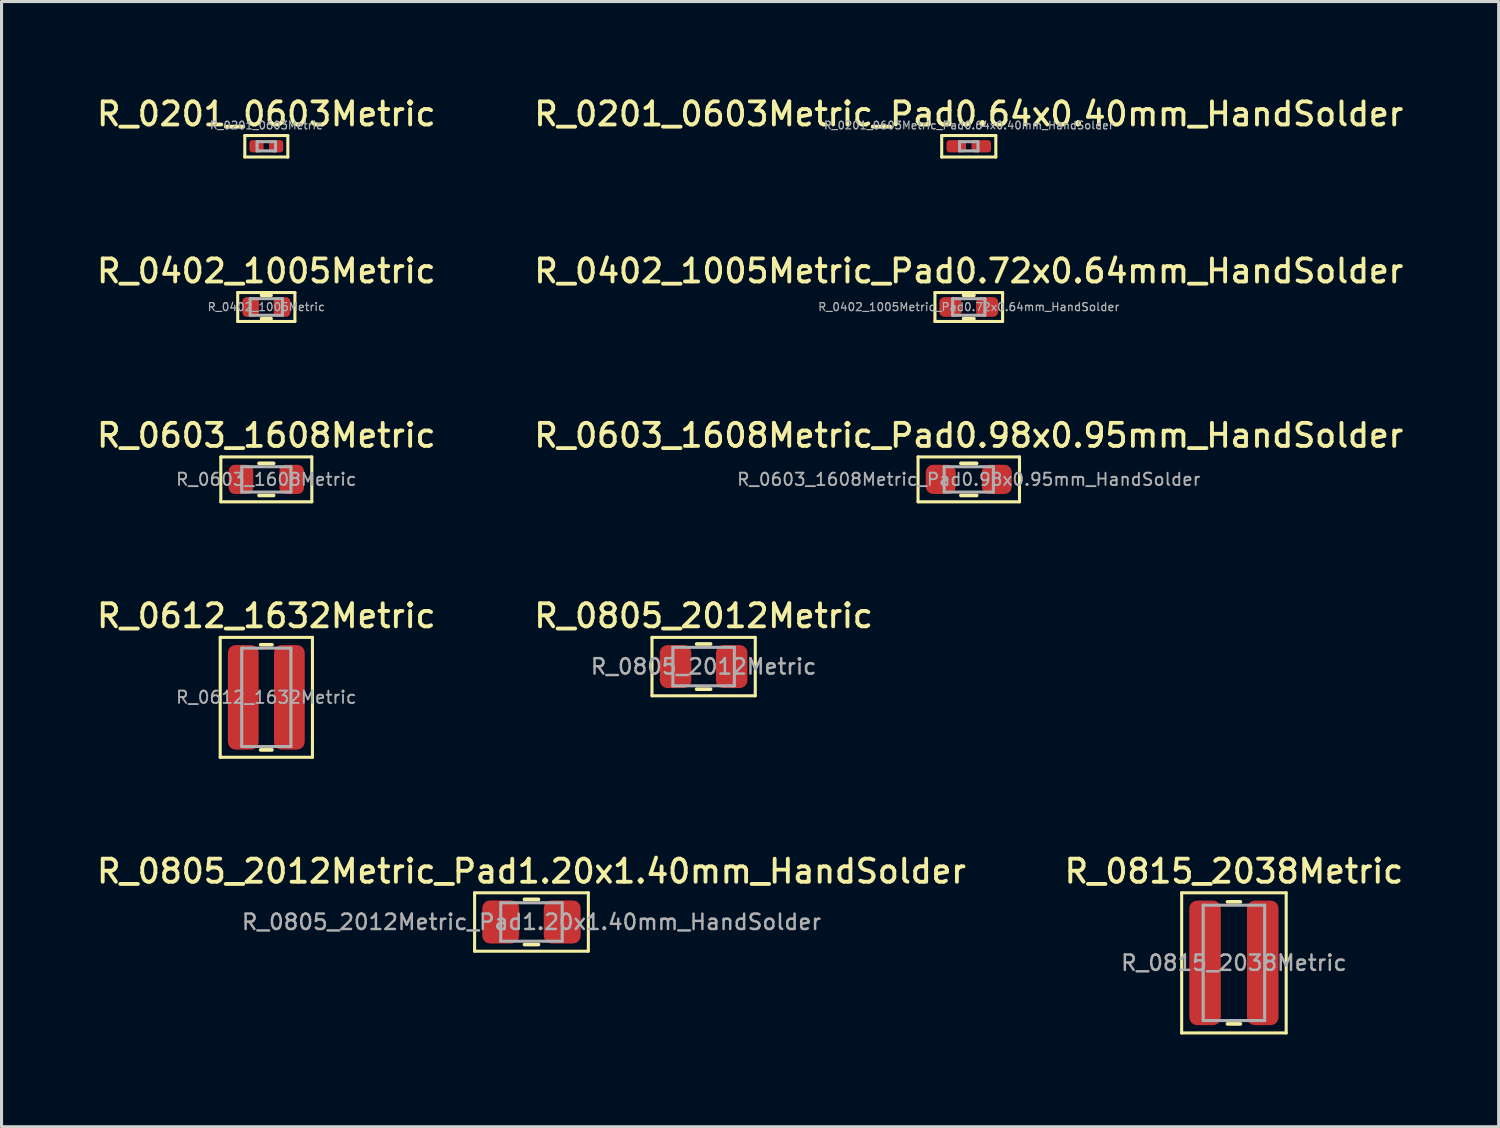
<source format=kicad_pcb>
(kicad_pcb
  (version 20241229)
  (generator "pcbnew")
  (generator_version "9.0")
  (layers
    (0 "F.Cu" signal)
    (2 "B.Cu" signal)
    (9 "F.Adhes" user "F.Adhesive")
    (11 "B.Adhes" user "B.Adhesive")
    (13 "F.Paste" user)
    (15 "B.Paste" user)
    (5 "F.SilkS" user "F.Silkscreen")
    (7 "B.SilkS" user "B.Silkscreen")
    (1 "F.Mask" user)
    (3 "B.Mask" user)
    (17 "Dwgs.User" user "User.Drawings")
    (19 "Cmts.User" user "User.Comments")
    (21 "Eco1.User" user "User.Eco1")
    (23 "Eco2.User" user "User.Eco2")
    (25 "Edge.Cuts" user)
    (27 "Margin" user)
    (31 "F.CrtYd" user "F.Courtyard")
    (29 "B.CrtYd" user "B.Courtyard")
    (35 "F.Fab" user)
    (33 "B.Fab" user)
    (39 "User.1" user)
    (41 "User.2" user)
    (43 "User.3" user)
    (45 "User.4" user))
  (footprint "R_0402_1005Metric_Pad0.72x0.64mm_HandSolder"
    (layer "F.Cu")
    (at 28.463 6.936)
    (property "Reference" "R_0402_1005Metric_Pad0.72x0.64mm_HandSolder" (at 0 -1.17 0) (layer "F.SilkS") (effects (font (size 0.75 0.75) (thickness 0.125))))
    (attr smd)
    (fp_line (start -1.1 -0.47) (end 1.1 -0.47) (stroke (width 0.1) (type solid)) (layer "F.SilkS"))
    (fp_line (start -1.1 0.47) (end -1.1 -0.47) (stroke (width 0.1) (type solid)) (layer "F.SilkS"))
    (fp_line (start -0.168 -0.38) (end 0.168 -0.38) (stroke (width 0.12) (type solid)) (layer "F.SilkS"))
    (fp_line (start -0.168 0.38) (end 0.168 0.38) (stroke (width 0.12) (type solid)) (layer "F.SilkS"))
    (fp_line (start 1.1 -0.47) (end 1.1 0.47) (stroke (width 0.1) (type solid)) (layer "F.SilkS"))
    (fp_line (start 1.1 0.47) (end -1.1 0.47) (stroke (width 0.1) (type solid)) (layer "F.SilkS"))
    (fp_line (start -0.525 -0.27) (end 0.525 -0.27) (stroke (width 0.1) (type solid)) (layer "F.Fab"))
    (fp_line (start -0.525 0.27) (end -0.525 -0.27) (stroke (width 0.1) (type solid)) (layer "F.Fab"))
    (fp_line (start 0.525 -0.27) (end 0.525 0.27) (stroke (width 0.1) (type solid)) (layer "F.Fab"))
    (fp_line (start 0.525 0.27) (end -0.525 0.27) (stroke (width 0.1) (type solid)) (layer "F.Fab"))
    (fp_text user "${REFERENCE}" (at 0 0 0) (layer "F.Fab") (effects (font (size 0.26 0.26) (thickness 0.04))))
    (pad "1" smd roundrect (at -0.598 0) (size 0.715 0.64) (layers "F.Cu" "F.Mask" "F.Paste") (roundrect_rratio 0.25))
    (pad "2" smd roundrect (at 0.598 0) (size 0.715 0.64) (layers "F.Cu" "F.Mask" "F.Paste") (roundrect_rratio 0.25)))
  (footprint "R_0805_2012Metric"
    (layer "F.Cu")
    (at 19.838 18.633)
    (property "Reference" "R_0805_2012Metric" (at 0 -1.65 0) (layer "F.SilkS") (effects (font (size 0.75 0.75) (thickness 0.125))))
    (attr smd)
    (fp_line (start -1.68 -0.95) (end 1.68 -0.95) (stroke (width 0.1) (type solid)) (layer "F.SilkS"))
    (fp_line (start -1.68 0.95) (end -1.68 -0.95) (stroke (width 0.1) (type solid)) (layer "F.SilkS"))
    (fp_line (start -0.227 -0.735) (end 0.227 -0.735) (stroke (width 0.12) (type solid)) (layer "F.SilkS"))
    (fp_line (start -0.227 0.735) (end 0.227 0.735) (stroke (width 0.12) (type solid)) (layer "F.SilkS"))
    (fp_line (start 1.68 -0.95) (end 1.68 0.95) (stroke (width 0.1) (type solid)) (layer "F.SilkS"))
    (fp_line (start 1.68 0.95) (end -1.68 0.95) (stroke (width 0.1) (type solid)) (layer "F.SilkS"))
    (fp_line (start -1 -0.625) (end 1 -0.625) (stroke (width 0.1) (type solid)) (layer "F.Fab"))
    (fp_line (start -1 0.625) (end -1 -0.625) (stroke (width 0.1) (type solid)) (layer "F.Fab"))
    (fp_line (start 1 -0.625) (end 1 0.625) (stroke (width 0.1) (type solid)) (layer "F.Fab"))
    (fp_line (start 1 0.625) (end -1 0.625) (stroke (width 0.1) (type solid)) (layer "F.Fab"))
    (fp_text user "${REFERENCE}" (at 0 0 0) (layer "F.Fab") (effects (font (size 0.5 0.5) (thickness 0.08))))
    (pad "1" smd roundrect (at -0.912 0) (size 1.025 1.4) (layers "F.Cu" "F.Mask" "F.Paste") (roundrect_rratio 0.244))
    (pad "2" smd roundrect (at 0.912 0) (size 1.025 1.4) (layers "F.Cu" "F.Mask" "F.Paste") (roundrect_rratio 0.244)))
  (footprint "R_0815_2038Metric"
    (layer "F.Cu")
    (at 37.088 28.271)
    (property "Reference" "R_0815_2038Metric" (at 0 -2.98 0) (layer "F.SilkS") (effects (font (size 0.75 0.75) (thickness 0.125))))
    (attr smd)
    (fp_line (start -1.7 -2.28) (end 1.7 -2.28) (stroke (width 0.1) (type solid)) (layer "F.SilkS"))
    (fp_line (start -1.7 2.28) (end -1.7 -2.28) (stroke (width 0.1) (type solid)) (layer "F.SilkS"))
    (fp_line (start -0.21 -1.985) (end 0.21 -1.985) (stroke (width 0.12) (type solid)) (layer "F.SilkS"))
    (fp_line (start -0.21 1.985) (end 0.21 1.985) (stroke (width 0.12) (type solid)) (layer "F.SilkS"))
    (fp_line (start 1.7 -2.28) (end 1.7 2.28) (stroke (width 0.1) (type solid)) (layer "F.SilkS"))
    (fp_line (start 1.7 2.28) (end -1.7 2.28) (stroke (width 0.1) (type solid)) (layer "F.SilkS"))
    (fp_line (start -1 -1.875) (end 1 -1.875) (stroke (width 0.1) (type solid)) (layer "F.Fab"))
    (fp_line (start -1 1.875) (end -1 -1.875) (stroke (width 0.1) (type solid)) (layer "F.Fab"))
    (fp_line (start 1 -1.875) (end 1 1.875) (stroke (width 0.1) (type solid)) (layer "F.Fab"))
    (fp_line (start 1 1.875) (end -1 1.875) (stroke (width 0.1) (type solid)) (layer "F.Fab"))
    (fp_text user "${REFERENCE}" (at 0 0 0) (layer "F.Fab") (effects (font (size 0.5 0.5) (thickness 0.08))))
    (pad "1" smd roundrect (at -0.938 0) (size 1.025 4.05) (layers "F.Cu" "F.Mask" "F.Paste") (roundrect_rratio 0.244))
    (pad "2" smd roundrect (at 0.938 0) (size 1.025 4.05) (layers "F.Cu" "F.Mask" "F.Paste") (roundrect_rratio 0.244)))
  (footprint "R_0402_1005Metric"
    (layer "F.Cu")
    (at 5.613 6.936)
    (property "Reference" "R_0402_1005Metric" (at 0 -1.17 0) (layer "F.SilkS") (effects (font (size 0.75 0.75) (thickness 0.125))))
    (attr smd)
    (fp_line (start -0.93 -0.47) (end 0.93 -0.47) (stroke (width 0.1) (type solid)) (layer "F.SilkS"))
    (fp_line (start -0.93 0.47) (end -0.93 -0.47) (stroke (width 0.1) (type solid)) (layer "F.SilkS"))
    (fp_line (start -0.154 -0.38) (end 0.154 -0.38) (stroke (width 0.12) (type solid)) (layer "F.SilkS"))
    (fp_line (start -0.154 0.38) (end 0.154 0.38) (stroke (width 0.12) (type solid)) (layer "F.SilkS"))
    (fp_line (start 0.93 -0.47) (end 0.93 0.47) (stroke (width 0.1) (type solid)) (layer "F.SilkS"))
    (fp_line (start 0.93 0.47) (end -0.93 0.47) (stroke (width 0.1) (type solid)) (layer "F.SilkS"))
    (fp_line (start -0.525 -0.27) (end 0.525 -0.27) (stroke (width 0.1) (type solid)) (layer "F.Fab"))
    (fp_line (start -0.525 0.27) (end -0.525 -0.27) (stroke (width 0.1) (type solid)) (layer "F.Fab"))
    (fp_line (start 0.525 -0.27) (end 0.525 0.27) (stroke (width 0.1) (type solid)) (layer "F.Fab"))
    (fp_line (start 0.525 0.27) (end -0.525 0.27) (stroke (width 0.1) (type solid)) (layer "F.Fab"))
    (fp_text user "${REFERENCE}" (at 0 0 0) (layer "F.Fab") (effects (font (size 0.26 0.26) (thickness 0.04))))
    (pad "1" smd roundrect (at -0.51 0) (size 0.54 0.64) (layers "F.Cu" "F.Mask" "F.Paste") (roundrect_rratio 0.25))
    (pad "2" smd roundrect (at 0.51 0) (size 0.54 0.64) (layers "F.Cu" "F.Mask" "F.Paste") (roundrect_rratio 0.25)))
  (footprint "R_0612_1632Metric"
    (layer "F.Cu")
    (at 5.613 19.633)
    (property "Reference" "R_0612_1632Metric" (at 0 -2.65 0) (layer "F.SilkS") (effects (font (size 0.75 0.75) (thickness 0.125))))
    (attr smd)
    (fp_line (start -1.5 -1.95) (end 1.5 -1.95) (stroke (width 0.1) (type solid)) (layer "F.SilkS"))
    (fp_line (start -1.5 1.95) (end -1.5 -1.95) (stroke (width 0.1) (type solid)) (layer "F.SilkS"))
    (fp_line (start -0.183 -1.71) (end 0.183 -1.71) (stroke (width 0.12) (type solid)) (layer "F.SilkS"))
    (fp_line (start -0.183 1.71) (end 0.183 1.71) (stroke (width 0.12) (type solid)) (layer "F.SilkS"))
    (fp_line (start 1.5 -1.95) (end 1.5 1.95) (stroke (width 0.1) (type solid)) (layer "F.SilkS"))
    (fp_line (start 1.5 1.95) (end -1.5 1.95) (stroke (width 0.1) (type solid)) (layer "F.SilkS"))
    (fp_line (start -0.8 -1.6) (end 0.8 -1.6) (stroke (width 0.1) (type solid)) (layer "F.Fab"))
    (fp_line (start -0.8 1.6) (end -0.8 -1.6) (stroke (width 0.1) (type solid)) (layer "F.Fab"))
    (fp_line (start 0.8 -1.6) (end 0.8 1.6) (stroke (width 0.1) (type solid)) (layer "F.Fab"))
    (fp_line (start 0.8 1.6) (end -0.8 1.6) (stroke (width 0.1) (type solid)) (layer "F.Fab"))
    (fp_text user "${REFERENCE}" (at 0 0 0) (layer "F.Fab") (effects (font (size 0.4 0.4) (thickness 0.06))))
    (pad "1" smd roundrect (at -0.75 0) (size 1 3.4) (layers "F.Cu" "F.Mask" "F.Paste") (roundrect_rratio 0.25))
    (pad "2" smd roundrect (at 0.75 0) (size 1 3.4) (layers "F.Cu" "F.Mask" "F.Paste") (roundrect_rratio 0.25)))
  (footprint "R_0201_0603Metric_Pad0.64x0.40mm_HandSolder"
    (layer "F.Cu")
    (at 28.463 1.708)
    (property "Reference" "R_0201_0603Metric_Pad0.64x0.40mm_HandSolder" (at 0 -1.05 0) (layer "F.SilkS") (effects (font (size 0.75 0.75) (thickness 0.125))))
    (attr smd)
    (fp_line (start -0.88 -0.35) (end 0.88 -0.35) (stroke (width 0.1) (type solid)) (layer "F.SilkS"))
    (fp_line (start -0.88 0.35) (end -0.88 -0.35) (stroke (width 0.1) (type solid)) (layer "F.SilkS"))
    (fp_line (start 0.88 -0.35) (end 0.88 0.35) (stroke (width 0.1) (type solid)) (layer "F.SilkS"))
    (fp_line (start 0.88 0.35) (end -0.88 0.35) (stroke (width 0.1) (type solid)) (layer "F.SilkS"))
    (fp_line (start -0.3 -0.15) (end 0.3 -0.15) (stroke (width 0.1) (type solid)) (layer "F.Fab"))
    (fp_line (start -0.3 0.15) (end -0.3 -0.15) (stroke (width 0.1) (type solid)) (layer "F.Fab"))
    (fp_line (start 0.3 -0.15) (end 0.3 0.15) (stroke (width 0.1) (type solid)) (layer "F.Fab"))
    (fp_line (start 0.3 0.15) (end -0.3 0.15) (stroke (width 0.1) (type solid)) (layer "F.Fab"))
    (fp_text user "${REFERENCE}" (at 0 -0.68 0) (layer "F.Fab") (effects (font (size 0.25 0.25) (thickness 0.04))))
    (pad "" smd roundrect (at -0.432 0) (size 0.458 0.36) (layers "F.Paste") (roundrect_rratio 0.25))
    (pad "" smd roundrect (at 0.432 0) (size 0.458 0.36) (layers "F.Paste") (roundrect_rratio 0.25))
    (pad "1" smd roundrect (at -0.407 0) (size 0.635 0.4) (layers "F.Cu" "F.Mask") (roundrect_rratio 0.25))
    (pad "2" smd roundrect (at 0.407 0) (size 0.635 0.4) (layers "F.Cu" "F.Mask") (roundrect_rratio 0.25)))
  (footprint "R_0805_2012Metric_Pad1.20x1.40mm_HandSolder"
    (layer "F.Cu")
    (at 14.238 26.941)
    (property "Reference" "R_0805_2012Metric_Pad1.20x1.40mm_HandSolder" (at 0 -1.65 0) (layer "F.SilkS") (effects (font (size 0.75 0.75) (thickness 0.125))))
    (attr smd)
    (fp_line (start -1.85 -0.95) (end 1.85 -0.95) (stroke (width 0.1) (type solid)) (layer "F.SilkS"))
    (fp_line (start -1.85 0.95) (end -1.85 -0.95) (stroke (width 0.1) (type solid)) (layer "F.SilkS"))
    (fp_line (start -0.227 -0.735) (end 0.227 -0.735) (stroke (width 0.12) (type solid)) (layer "F.SilkS"))
    (fp_line (start -0.227 0.735) (end 0.227 0.735) (stroke (width 0.12) (type solid)) (layer "F.SilkS"))
    (fp_line (start 1.85 -0.95) (end 1.85 0.95) (stroke (width 0.1) (type solid)) (layer "F.SilkS"))
    (fp_line (start 1.85 0.95) (end -1.85 0.95) (stroke (width 0.1) (type solid)) (layer "F.SilkS"))
    (fp_line (start -1 -0.625) (end 1 -0.625) (stroke (width 0.1) (type solid)) (layer "F.Fab"))
    (fp_line (start -1 0.625) (end -1 -0.625) (stroke (width 0.1) (type solid)) (layer "F.Fab"))
    (fp_line (start 1 -0.625) (end 1 0.625) (stroke (width 0.1) (type solid)) (layer "F.Fab"))
    (fp_line (start 1 0.625) (end -1 0.625) (stroke (width 0.1) (type solid)) (layer "F.Fab"))
    (fp_text user "${REFERENCE}" (at 0 0 0) (layer "F.Fab") (effects (font (size 0.5 0.5) (thickness 0.08))))
    (pad "1" smd roundrect (at -1 0) (size 1.2 1.4) (layers "F.Cu" "F.Mask" "F.Paste") (roundrect_rratio 0.208))
    (pad "2" smd roundrect (at 1 0) (size 1.2 1.4) (layers "F.Cu" "F.Mask" "F.Paste") (roundrect_rratio 0.208)))
  (footprint "R_0201_0603Metric"
    (layer "F.Cu")
    (at 5.613 1.708)
    (property "Reference" "R_0201_0603Metric" (at 0 -1.05 0) (layer "F.SilkS") (effects (font (size 0.75 0.75) (thickness 0.125))))
    (attr smd)
    (fp_line (start -0.7 -0.35) (end 0.7 -0.35) (stroke (width 0.1) (type solid)) (layer "F.SilkS"))
    (fp_line (start -0.7 0.35) (end -0.7 -0.35) (stroke (width 0.1) (type solid)) (layer "F.SilkS"))
    (fp_line (start 0.7 -0.35) (end 0.7 0.35) (stroke (width 0.1) (type solid)) (layer "F.SilkS"))
    (fp_line (start 0.7 0.35) (end -0.7 0.35) (stroke (width 0.1) (type solid)) (layer "F.SilkS"))
    (fp_line (start -0.3 -0.15) (end 0.3 -0.15) (stroke (width 0.1) (type solid)) (layer "F.Fab"))
    (fp_line (start -0.3 0.15) (end -0.3 -0.15) (stroke (width 0.1) (type solid)) (layer "F.Fab"))
    (fp_line (start 0.3 -0.15) (end 0.3 0.15) (stroke (width 0.1) (type solid)) (layer "F.Fab"))
    (fp_line (start 0.3 0.15) (end -0.3 0.15) (stroke (width 0.1) (type solid)) (layer "F.Fab"))
    (fp_text user "${REFERENCE}" (at 0 -0.68 0) (layer "F.Fab") (effects (font (size 0.25 0.25) (thickness 0.04))))
    (pad "" smd roundrect (at -0.345 0) (size 0.318 0.36) (layers "F.Paste") (roundrect_rratio 0.25))
    (pad "" smd roundrect (at 0.345 0) (size 0.318 0.36) (layers "F.Paste") (roundrect_rratio 0.25))
    (pad "1" smd roundrect (at -0.32 0) (size 0.46 0.4) (layers "F.Cu" "F.Mask") (roundrect_rratio 0.25))
    (pad "2" smd roundrect (at 0.32 0) (size 0.46 0.4) (layers "F.Cu" "F.Mask") (roundrect_rratio 0.25)))
  (footprint "R_0603_1608Metric"
    (layer "F.Cu")
    (at 5.613 12.544)
    (property "Reference" "R_0603_1608Metric" (at 0 -1.43 0) (layer "F.SilkS") (effects (font (size 0.75 0.75) (thickness 0.125))))
    (attr smd)
    (fp_line (start -1.48 -0.73) (end 1.48 -0.73) (stroke (width 0.1) (type solid)) (layer "F.SilkS"))
    (fp_line (start -1.48 0.73) (end -1.48 -0.73) (stroke (width 0.1) (type solid)) (layer "F.SilkS"))
    (fp_line (start -0.237 -0.522) (end 0.237 -0.522) (stroke (width 0.12) (type solid)) (layer "F.SilkS"))
    (fp_line (start -0.237 0.522) (end 0.237 0.522) (stroke (width 0.12) (type solid)) (layer "F.SilkS"))
    (fp_line (start 1.48 -0.73) (end 1.48 0.73) (stroke (width 0.1) (type solid)) (layer "F.SilkS"))
    (fp_line (start 1.48 0.73) (end -1.48 0.73) (stroke (width 0.1) (type solid)) (layer "F.SilkS"))
    (fp_line (start -0.8 -0.412) (end 0.8 -0.412) (stroke (width 0.1) (type solid)) (layer "F.Fab"))
    (fp_line (start -0.8 0.412) (end -0.8 -0.412) (stroke (width 0.1) (type solid)) (layer "F.Fab"))
    (fp_line (start 0.8 -0.412) (end 0.8 0.412) (stroke (width 0.1) (type solid)) (layer "F.Fab"))
    (fp_line (start 0.8 0.412) (end -0.8 0.412) (stroke (width 0.1) (type solid)) (layer "F.Fab"))
    (fp_text user "${REFERENCE}" (at 0 0 0) (layer "F.Fab") (effects (font (size 0.4 0.4) (thickness 0.06))))
    (pad "1" smd roundrect (at -0.825 0) (size 0.8 0.95) (layers "F.Cu" "F.Mask" "F.Paste") (roundrect_rratio 0.25))
    (pad "2" smd roundrect (at 0.825 0) (size 0.8 0.95) (layers "F.Cu" "F.Mask" "F.Paste") (roundrect_rratio 0.25)))
  (footprint "R_0603_1608Metric_Pad0.98x0.95mm_HandSolder"
    (layer "F.Cu")
    (at 28.463 12.544)
    (property "Reference" "R_0603_1608Metric_Pad0.98x0.95mm_HandSolder" (at 0 -1.43 0) (layer "F.SilkS") (effects (font (size 0.75 0.75) (thickness 0.125))))
    (attr smd)
    (fp_line (start -1.65 -0.73) (end 1.65 -0.73) (stroke (width 0.1) (type solid)) (layer "F.SilkS"))
    (fp_line (start -1.65 0.73) (end -1.65 -0.73) (stroke (width 0.1) (type solid)) (layer "F.SilkS"))
    (fp_line (start -0.255 -0.522) (end 0.255 -0.522) (stroke (width 0.12) (type solid)) (layer "F.SilkS"))
    (fp_line (start -0.255 0.522) (end 0.255 0.522) (stroke (width 0.12) (type solid)) (layer "F.SilkS"))
    (fp_line (start 1.65 -0.73) (end 1.65 0.73) (stroke (width 0.1) (type solid)) (layer "F.SilkS"))
    (fp_line (start 1.65 0.73) (end -1.65 0.73) (stroke (width 0.1) (type solid)) (layer "F.SilkS"))
    (fp_line (start -0.8 -0.412) (end 0.8 -0.412) (stroke (width 0.1) (type solid)) (layer "F.Fab"))
    (fp_line (start -0.8 0.412) (end -0.8 -0.412) (stroke (width 0.1) (type solid)) (layer "F.Fab"))
    (fp_line (start 0.8 -0.412) (end 0.8 0.412) (stroke (width 0.1) (type solid)) (layer "F.Fab"))
    (fp_line (start 0.8 0.412) (end -0.8 0.412) (stroke (width 0.1) (type solid)) (layer "F.Fab"))
    (fp_text user "${REFERENCE}" (at 0 0 0) (layer "F.Fab") (effects (font (size 0.4 0.4) (thickness 0.06))))
    (pad "1" smd roundrect (at -0.912 0) (size 0.975 0.95) (layers "F.Cu" "F.Mask" "F.Paste") (roundrect_rratio 0.25))
    (pad "2" smd roundrect (at 0.912 0) (size 0.975 0.95) (layers "F.Cu" "F.Mask" "F.Paste") (roundrect_rratio 0.25)))
  (gr_rect
    (start -3 -3)
    (end 45.7 33.601)
    (stroke (width 0.1) (type default))
    (fill no)
    (layer "Edge.Cuts")))
</source>
